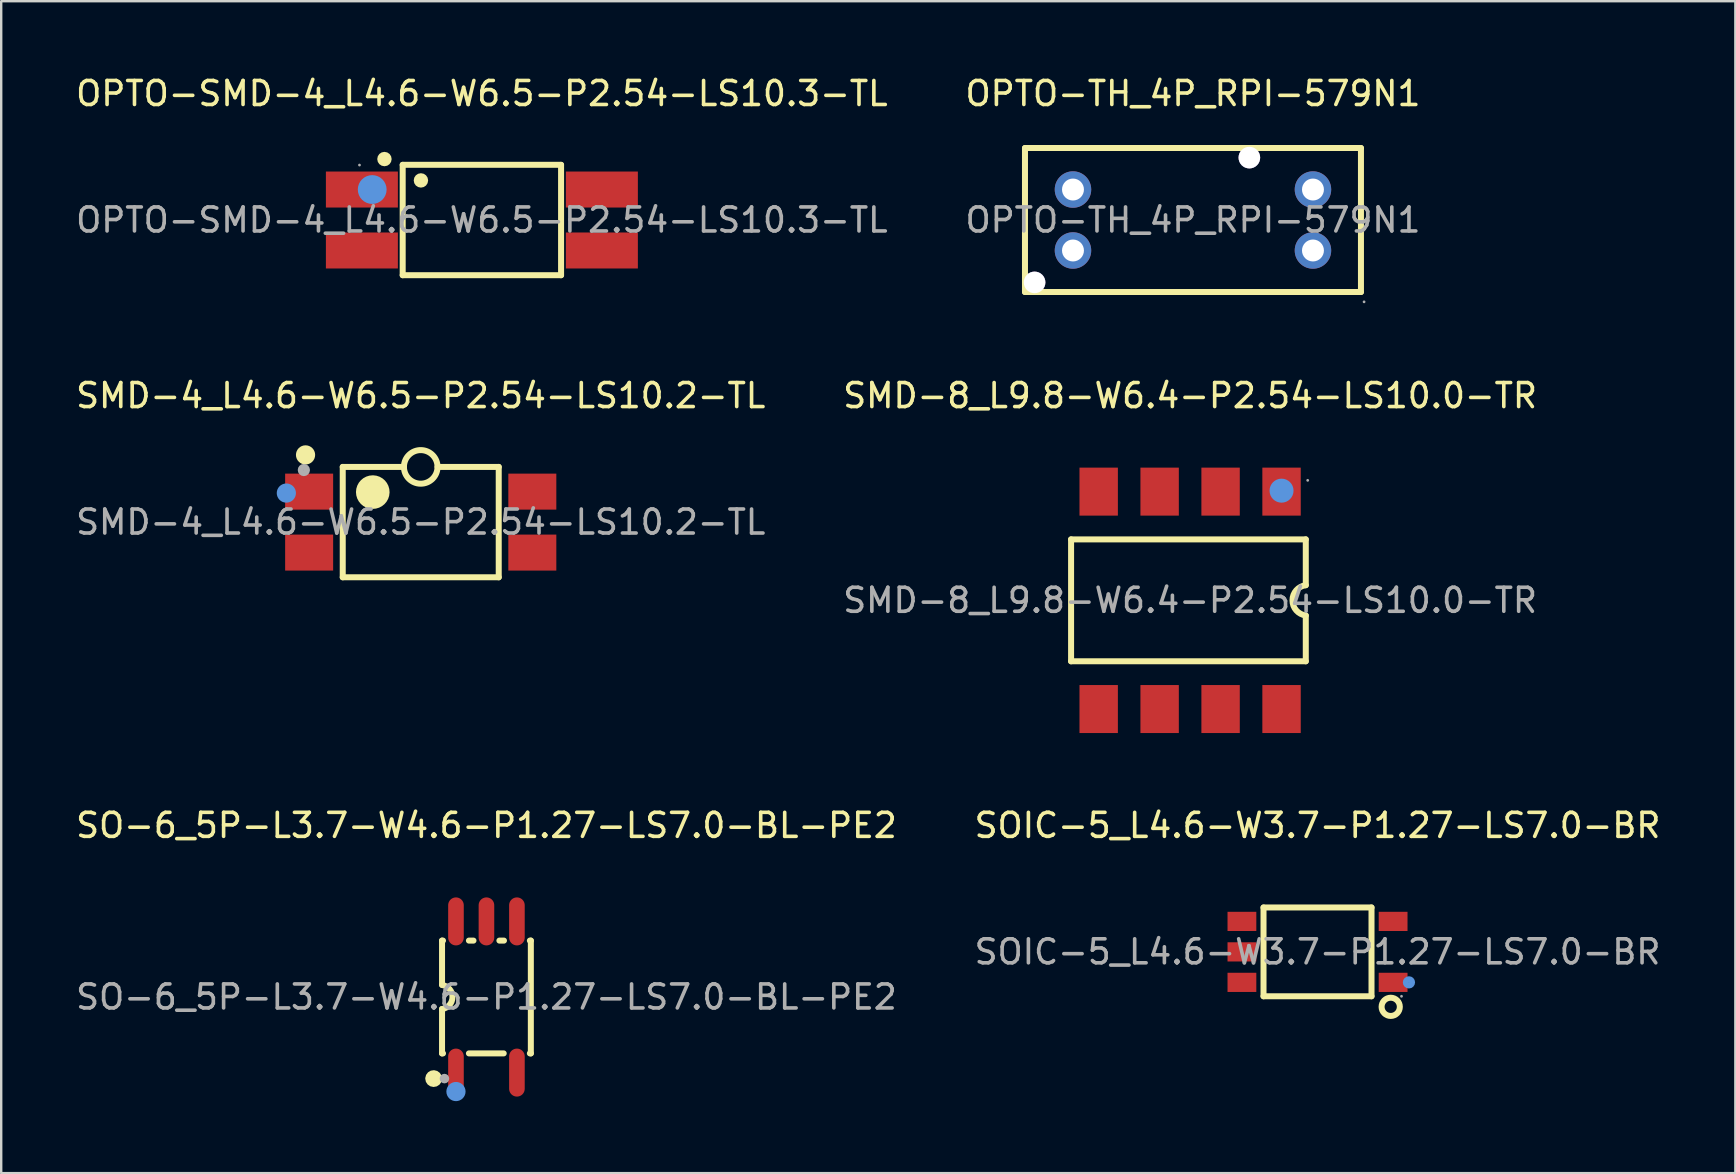
<source format=kicad_pcb>
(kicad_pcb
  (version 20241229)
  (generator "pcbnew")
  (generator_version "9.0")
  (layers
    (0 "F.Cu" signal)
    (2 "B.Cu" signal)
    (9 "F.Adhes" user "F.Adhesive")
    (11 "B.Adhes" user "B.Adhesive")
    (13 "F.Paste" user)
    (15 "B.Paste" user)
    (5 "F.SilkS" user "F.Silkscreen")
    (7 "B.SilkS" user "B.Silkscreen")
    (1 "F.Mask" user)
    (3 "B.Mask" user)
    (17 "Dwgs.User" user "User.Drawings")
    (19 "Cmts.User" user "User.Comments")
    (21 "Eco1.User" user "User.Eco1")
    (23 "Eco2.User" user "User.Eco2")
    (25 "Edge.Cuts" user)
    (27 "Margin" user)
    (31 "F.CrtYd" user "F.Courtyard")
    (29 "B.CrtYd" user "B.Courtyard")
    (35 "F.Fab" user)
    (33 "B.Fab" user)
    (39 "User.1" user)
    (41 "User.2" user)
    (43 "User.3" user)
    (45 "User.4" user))
  (footprint "SOIC-5_L4.6-W3.7-P1.27-LS7.0-BR"
    (layer "F.Cu")
    (at 51.851 36.615)
    (property "Reference" "SOIC-5_L4.6-W3.7-P1.27-LS7.0-BR" (at 0 -5.27 0) (layer "F.SilkS") (effects (font (size 1 1) (thickness 0.15))))
    (attr through_hole)
    (fp_line (start -2.25 -1.85) (end 2.25 -1.85) (stroke (width 0.25) (type solid)) (layer "F.SilkS"))
    (fp_line (start -2.25 1.85) (end -2.25 -1.85) (stroke (width 0.25) (type solid)) (layer "F.SilkS"))
    (fp_line (start 2.25 -1.85) (end 2.25 1.85) (stroke (width 0.25) (type solid)) (layer "F.SilkS"))
    (fp_line (start 2.25 1.85) (end -2.25 1.85) (stroke (width 0.25) (type solid)) (layer "F.SilkS"))
    (fp_circle (center 3.05 2.29) (end 3.43 2.29) (stroke (width 0.25) (type solid)) (fill no) (layer "F.SilkS"))
    (fp_circle (center 3.81 1.27) (end 3.94 1.27) (stroke (width 0.25) (type solid)) (fill no) (layer "Cmts.User"))
    (fp_circle (center 3.5 1.85) (end 3.53 1.85) (stroke (width 0.06) (type solid)) (fill no) (layer "F.Fab"))
    (fp_text user "${REFERENCE}" (at 0 0 0) (layer "F.Fab") (effects (font (size 1 1) (thickness 0.15))))
    (pad "1" smd rect (at 3.15 1.27 90) (size 0.8 1.2) (layers "F.Cu" "F.Mask" "F.Paste"))
    (pad "3" smd rect (at 3.15 -1.27 90) (size 0.8 1.2) (layers "F.Cu" "F.Mask" "F.Paste"))
    (pad "4" smd rect (at -3.15 -1.27 90) (size 0.8 1.2) (layers "F.Cu" "F.Mask" "F.Paste"))
    (pad "5" smd rect (at -3.15 0 90) (size 0.8 1.2) (layers "F.Cu" "F.Mask" "F.Paste"))
    (pad "6" smd rect (at -3.15 1.27 90) (size 0.8 1.2) (layers "F.Cu" "F.Mask" "F.Paste")))
  (footprint "SMD-8_L9.8-W6.4-P2.54-LS10.0-TR"
    (layer "F.Cu")
    (at 46.542 21.966)
    (property "Reference" "SMD-8_L9.8-W6.4-P2.54-LS10.0-TR" (at 0 -8.53 0) (layer "F.SilkS") (effects (font (size 1 1) (thickness 0.15))))
    (attr through_hole)
    (fp_line (start -4.96 -2.54) (end 4.82 -2.54) (stroke (width 0.25) (type solid)) (layer "F.SilkS"))
    (fp_line (start -4.96 2.54) (end -4.96 -2.54) (stroke (width 0.25) (type solid)) (layer "F.SilkS"))
    (fp_line (start 4.82 -2.54) (end 4.82 -0.63) (stroke (width 0.25) (type solid)) (layer "F.SilkS"))
    (fp_line (start 4.82 0.64) (end 4.82 2.54) (stroke (width 0.25) (type solid)) (layer "F.SilkS"))
    (fp_line (start 4.82 2.54) (end -4.96 2.54) (stroke (width 0.25) (type solid)) (layer "F.SilkS"))
    (fp_arc (start 4.821582 0.630199) (mid 4.264941 0.000797) (end 4.82 -0.63) (stroke (width 0.25) (type solid)) (layer "F.SilkS"))
    (fp_circle (center 3.81 -4.57) (end 4.06 -4.57) (stroke (width 0.5) (type solid)) (fill no) (layer "Cmts.User"))
    (fp_circle (center 4.9 -5) (end 4.93 -5) (stroke (width 0.06) (type solid)) (fill no) (layer "F.Fab"))
    (fp_text user "${REFERENCE}" (at 0 0 0) (layer "F.Fab") (effects (font (size 1 1) (thickness 0.15))))
    (pad "1" smd rect (at 3.81 -4.53 180) (size 1.6 2) (layers "F.Cu" "F.Mask" "F.Paste"))
    (pad "2" smd rect (at 1.27 -4.53 180) (size 1.6 2) (layers "F.Cu" "F.Mask" "F.Paste"))
    (pad "3" smd rect (at -1.27 -4.53 180) (size 1.6 2) (layers "F.Cu" "F.Mask" "F.Paste"))
    (pad "4" smd rect (at -3.81 -4.53 180) (size 1.6 2) (layers "F.Cu" "F.Mask" "F.Paste"))
    (pad "5" smd rect (at -3.81 4.53 180) (size 1.6 2) (layers "F.Cu" "F.Mask" "F.Paste"))
    (pad "6" smd rect (at -1.27 4.53 180) (size 1.6 2) (layers "F.Cu" "F.Mask" "F.Paste"))
    (pad "7" smd rect (at 1.27 4.53 180) (size 1.6 2) (layers "F.Cu" "F.Mask" "F.Paste"))
    (pad "8" smd rect (at 3.81 4.53 180) (size 1.6 2) (layers "F.Cu" "F.Mask" "F.Paste")))
  (footprint "SO-6_5P-L3.7-W4.6-P1.27-LS7.0-BL-PE2"
    (layer "F.Cu")
    (at 17.22 38.495)
    (property "Reference" "SO-6_5P-L3.7-W4.6-P1.27-LS7.0-BL-PE2" (at 0 -7.15 0) (layer "F.SilkS") (effects (font (size 1 1) (thickness 0.15))))
    (attr through_hole)
    (fp_line (start -1.85 -2.35) (end -1.85 -0.51) (stroke (width 0.25) (type solid)) (layer "F.SilkS"))
    (fp_line (start -1.85 -2.35) (end -1.81 -2.35) (stroke (width 0.25) (type solid)) (layer "F.SilkS"))
    (fp_line (start -1.85 2.35) (end -1.85 0.5) (stroke (width 0.25) (type solid)) (layer "F.SilkS"))
    (fp_line (start -1.81 2.35) (end -1.85 2.35) (stroke (width 0.25) (type solid)) (layer "F.SilkS"))
    (fp_line (start -0.73 -2.35) (end -0.54 -2.35) (stroke (width 0.25) (type solid)) (layer "F.SilkS"))
    (fp_line (start 0.54 -2.35) (end 0.73 -2.35) (stroke (width 0.25) (type solid)) (layer "F.SilkS"))
    (fp_line (start 0.72 2.35) (end -0.73 2.35) (stroke (width 0.25) (type solid)) (layer "F.SilkS"))
    (fp_line (start 1.81 -2.35) (end 1.85 -2.35) (stroke (width 0.25) (type solid)) (layer "F.SilkS"))
    (fp_line (start 1.85 -2.35) (end 1.85 2.35) (stroke (width 0.25) (type solid)) (layer "F.SilkS"))
    (fp_line (start 1.85 2.35) (end 1.81 2.35) (stroke (width 0.25) (type solid)) (layer "F.SilkS"))
    (fp_arc (start -2.35 3.39) (mid -2.04975 3.404995) (end -2.350333 3.400016) (stroke (width 0.4) (type solid)) (layer "F.SilkS"))
    (fp_arc (start -1.848946 -0.499851) (mid -1.415124 0.000532) (end -1.85 0.5) (stroke (width 0.25) (type solid)) (layer "F.SilkS"))
    (fp_circle (center -1.27 3.94) (end -1.07 3.94) (stroke (width 0.4) (type solid)) (fill no) (layer "Cmts.User"))
    (fp_circle (center -1.75 3.4) (end -1.65 3.4) (stroke (width 0.2) (type solid)) (fill no) (layer "F.Fab"))
    (fp_text user "${REFERENCE}" (at 0 0 0) (layer "F.Fab") (effects (font (size 1 1) (thickness 0.15))))
    (pad "1" smd oval (at -1.27 3.15 180) (size 0.65 2) (layers "F.Cu" "F.Mask" "F.Paste"))
    (pad "3" smd oval (at 1.27 3.15 180) (size 0.65 2) (layers "F.Cu" "F.Mask" "F.Paste"))
    (pad "4" smd oval (at 1.27 -3.15 180) (size 0.65 2) (layers "F.Cu" "F.Mask" "F.Paste"))
    (pad "5" smd oval (at 0 -3.15 180) (size 0.65 2) (layers "F.Cu" "F.Mask" "F.Paste"))
    (pad "6" smd oval (at -1.27 -3.15 180) (size 0.65 2) (layers "F.Cu" "F.Mask" "F.Paste")))
  (footprint "OPTO-TH_4P_RPI-579N1"
    (layer "F.Cu")
    (at 46.661 6.118)
    (property "Reference" "OPTO-TH_4P_RPI-579N1" (at 0 -5.27 0) (layer "F.SilkS") (effects (font (size 1 1) (thickness 0.15))))
    (attr through_hole)
    (fp_line (start -7 -3) (end 7 -3) (stroke (width 0.25) (type solid)) (layer "F.SilkS"))
    (fp_line (start -7 3) (end -7 -3) (stroke (width 0.25) (type solid)) (layer "F.SilkS"))
    (fp_line (start 7 -3) (end 7 3) (stroke (width 0.25) (type solid)) (layer "F.SilkS"))
    (fp_line (start 7 3) (end -7 3) (stroke (width 0.25) (type solid)) (layer "F.SilkS"))
    (fp_circle (center -6.6 2.6) (end -6.42 2.6) (stroke (width 0.35) (type solid)) (fill no) (layer "F.Fab"))
    (fp_circle (center -5 -1.27) (end -4.82 -1.27) (stroke (width 0.36) (type solid)) (fill no) (layer "F.Fab"))
    (fp_circle (center -5 1.27) (end -4.82 1.27) (stroke (width 0.36) (type solid)) (fill no) (layer "F.Fab"))
    (fp_circle (center 2.35 -2.6) (end 2.53 -2.6) (stroke (width 0.35) (type solid)) (fill no) (layer "F.Fab"))
    (fp_circle (center 5 -1.27) (end 5.18 -1.27) (stroke (width 0.36) (type solid)) (fill no) (layer "F.Fab"))
    (fp_circle (center 5 1.27) (end 5.18 1.27) (stroke (width 0.36) (type solid)) (fill no) (layer "F.Fab"))
    (fp_circle (center 7.13 3.41) (end 7.16 3.41) (stroke (width 0.06) (type solid)) (fill no) (layer "F.Fab"))
    (fp_text user "${REFERENCE}" (at 0 0 0) (layer "F.Fab") (effects (font (size 1 1) (thickness 0.15))))
    (pad "" thru_hole circle (at -6.6 2.6) (size 0.9 0.9) (drill 0.9) (layers "*.Cu" "*.Mask"))
    (pad "" thru_hole circle (at 2.35 -2.6) (size 0.9 0.9) (drill 0.9) (layers "*.Cu" "*.Mask"))
    (pad "1" thru_hole circle (at 5 1.27) (size 1.52 1.52) (drill 0.914) (layers "*.Cu" "*.Paste" "*.Mask"))
    (pad "2" thru_hole circle (at 5 -1.27) (size 1.52 1.52) (drill 0.914) (layers "*.Cu" "*.Paste" "*.Mask"))
    (pad "3" thru_hole circle (at -5 -1.27) (size 1.52 1.52) (drill 0.914) (layers "*.Cu" "*.Paste" "*.Mask"))
    (pad "4" thru_hole circle (at -5 1.27) (size 1.52 1.52) (drill 0.914) (layers "*.Cu" "*.Paste" "*.Mask")))
  (footprint "OPTO-SMD-4_L4.6-W6.5-P2.54-LS10.3-TL"
    (layer "F.Cu")
    (at 17.03 6.118)
    (property "Reference" "OPTO-SMD-4_L4.6-W6.5-P2.54-LS10.3-TL" (at 0 -5.27 0) (layer "F.SilkS") (effects (font (size 1 1) (thickness 0.15))))
    (attr through_hole)
    (fp_line (start -3.3 -2.3) (end 3.3 -2.3) (stroke (width 0.25) (type solid)) (layer "F.SilkS"))
    (fp_line (start -3.3 2.3) (end -3.3 -2.3) (stroke (width 0.25) (type solid)) (layer "F.SilkS"))
    (fp_line (start 3.3 -2.3) (end 3.3 2.3) (stroke (width 0.25) (type solid)) (layer "F.SilkS"))
    (fp_line (start 3.3 2.3) (end -3.3 2.3) (stroke (width 0.25) (type solid)) (layer "F.SilkS"))
    (fp_circle (center -4.06 -2.54) (end -3.91 -2.54) (stroke (width 0.3) (type solid)) (fill no) (layer "F.SilkS"))
    (fp_circle (center -2.54 -1.65) (end -2.39 -1.65) (stroke (width 0.3) (type solid)) (fill no) (layer "F.SilkS"))
    (fp_circle (center -4.57 -1.27) (end -4.27 -1.27) (stroke (width 0.6) (type solid)) (fill no) (layer "Cmts.User"))
    (fp_circle (center -5.1 -2.29) (end -5.07 -2.29) (stroke (width 0.06) (type solid)) (fill no) (layer "F.Fab"))
    (fp_text user "${REFERENCE}" (at 0 0 0) (layer "F.Fab") (effects (font (size 1 1) (thickness 0.15))))
    (pad "1" smd rect (at -5 -1.27 90) (size 1.5 3) (layers "F.Cu" "F.Mask" "F.Paste"))
    (pad "2" smd rect (at -5 1.27 90) (size 1.5 3) (layers "F.Cu" "F.Mask" "F.Paste"))
    (pad "3" smd rect (at 5 1.27 90) (size 1.5 3) (layers "F.Cu" "F.Mask" "F.Paste"))
    (pad "4" smd rect (at 5 -1.27 90) (size 1.5 3) (layers "F.Cu" "F.Mask" "F.Paste")))
  (footprint "SMD-4_L4.6-W6.5-P2.54-LS10.2-TL"
    (layer "F.Cu")
    (at 14.482 18.706)
    (property "Reference" "SMD-4_L4.6-W6.5-P2.54-LS10.2-TL" (at 0 -5.27 0) (layer "F.SilkS") (effects (font (size 1 1) (thickness 0.15))))
    (attr through_hole)
    (fp_line (start -3.25 -2.3) (end -0.7 -2.3) (stroke (width 0.25) (type solid)) (layer "F.SilkS"))
    (fp_line (start -3.25 2.3) (end -3.25 -2.3) (stroke (width 0.25) (type solid)) (layer "F.SilkS"))
    (fp_line (start 3.25 -2.3) (end 0.7 -2.3) (stroke (width 0.25) (type solid)) (layer "F.SilkS"))
    (fp_line (start 3.25 -2.3) (end 3.25 2.3) (stroke (width 0.25) (type solid)) (layer "F.SilkS"))
    (fp_line (start 3.25 2.3) (end -3.25 2.3) (stroke (width 0.25) (type solid)) (layer "F.SilkS"))
    (fp_arc (start -4.8 -2.8) (mid -4.8 -2.8) (end -4.8 -2.8) (stroke (width 0.4) (type solid)) (layer "F.SilkS"))
    (fp_arc (start -1.99 -1.6) (mid -2.00499 -0.899893) (end -2.000021 -1.600143) (stroke (width 0.7) (type solid)) (layer "F.SilkS"))
    (fp_arc (start -0.699893 -2.312217) (mid 0.699973 -2.293891) (end -0.7 -2.3) (stroke (width 0.25) (type solid)) (layer "F.SilkS"))
    (fp_circle (center -5.6 -1.21) (end -5.4 -1.21) (stroke (width 0.4) (type solid)) (fill no) (layer "Cmts.User"))
    (fp_circle (center -4.87 -2.17) (end -4.74 -2.17) (stroke (width 0.25) (type solid)) (fill no) (layer "F.Fab"))
    (fp_text user "${REFERENCE}" (at 0 0 0) (layer "F.Fab") (effects (font (size 1 1) (thickness 0.15))))
    (pad "1" smd rect (at -4.65 -1.27 90) (size 1.5 2) (layers "F.Cu" "F.Mask" "F.Paste"))
    (pad "2" smd rect (at -4.65 1.27 90) (size 1.5 2) (layers "F.Cu" "F.Mask" "F.Paste"))
    (pad "3" smd rect (at 4.65 1.27 90) (size 1.5 2) (layers "F.Cu" "F.Mask" "F.Paste"))
    (pad "4" smd rect (at 4.65 -1.27 90) (size 1.5 2) (layers "F.Cu" "F.Mask" "F.Paste")))
  (gr_rect
    (start -3 -3)
    (end 69.262 45.835)
    (stroke (width 0.1) (type default))
    (fill no)
    (layer "Edge.Cuts")))
</source>
